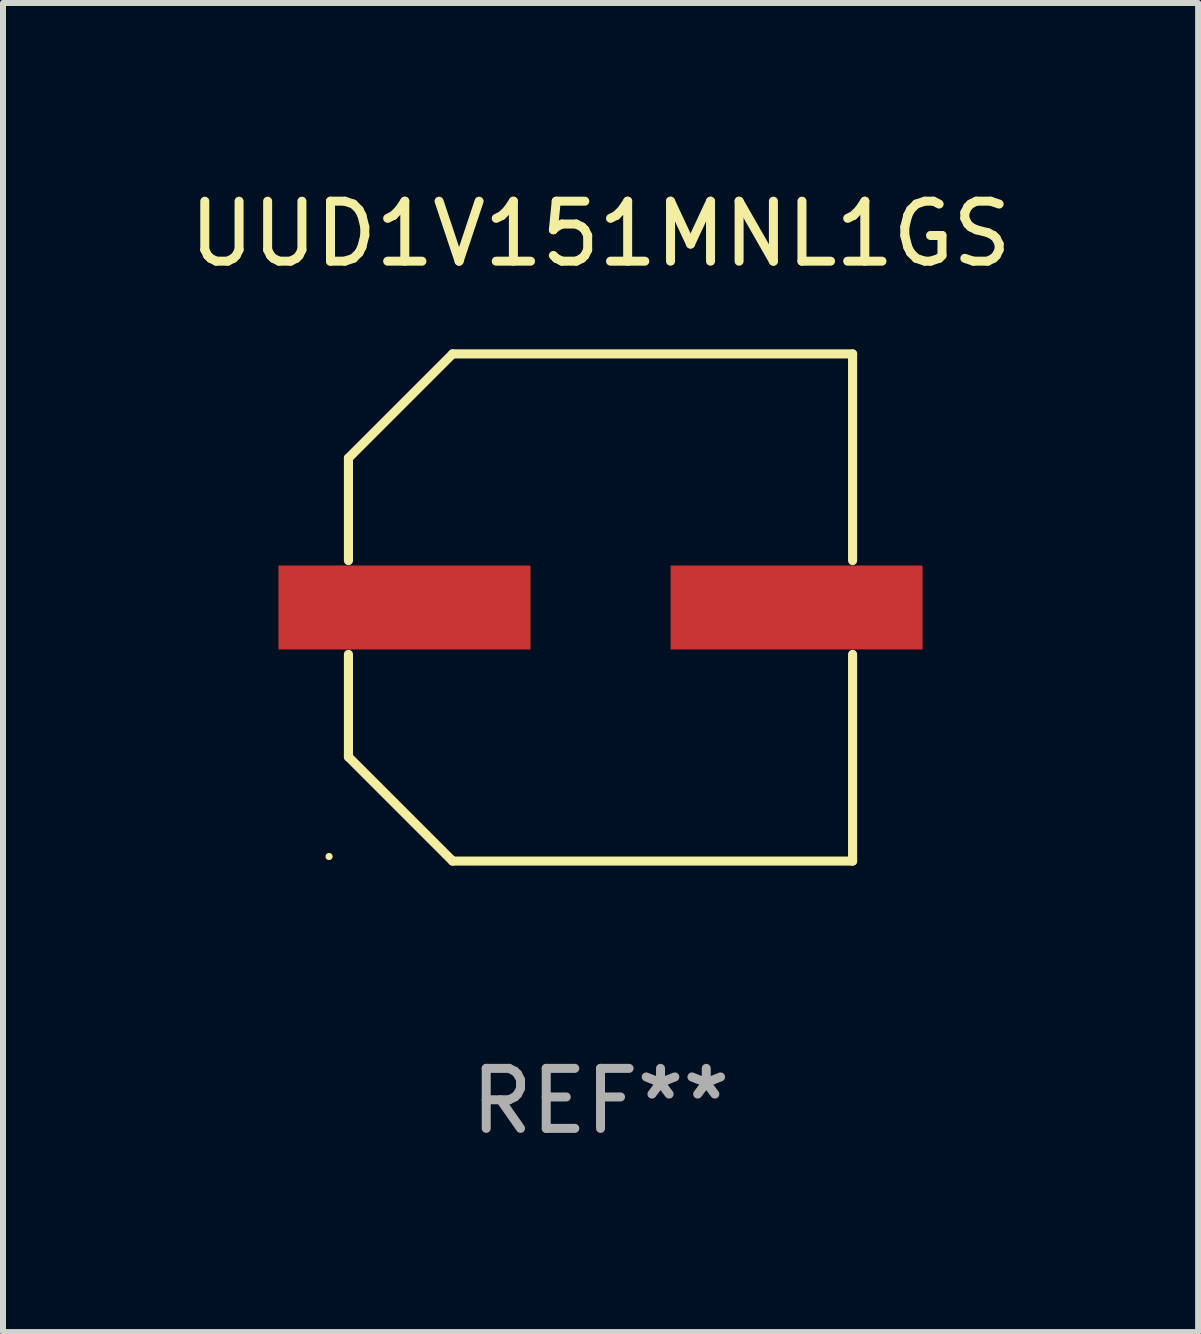
<source format=kicad_pcb>
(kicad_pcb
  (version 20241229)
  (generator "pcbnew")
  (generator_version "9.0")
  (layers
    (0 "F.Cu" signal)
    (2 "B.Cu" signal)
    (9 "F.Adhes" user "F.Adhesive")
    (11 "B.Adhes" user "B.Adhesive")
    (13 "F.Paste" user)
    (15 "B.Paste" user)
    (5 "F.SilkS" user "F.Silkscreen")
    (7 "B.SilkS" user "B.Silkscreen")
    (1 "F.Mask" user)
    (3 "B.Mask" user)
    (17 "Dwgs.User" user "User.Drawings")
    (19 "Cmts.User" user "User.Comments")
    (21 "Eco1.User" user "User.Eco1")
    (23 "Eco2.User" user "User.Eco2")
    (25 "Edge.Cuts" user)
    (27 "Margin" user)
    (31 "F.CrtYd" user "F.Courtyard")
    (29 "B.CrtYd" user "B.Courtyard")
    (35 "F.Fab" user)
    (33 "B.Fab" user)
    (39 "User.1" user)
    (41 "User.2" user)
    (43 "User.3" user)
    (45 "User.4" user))
  (footprint "UUD1V151MNL1GS"
    (layer "F.Cu")
    (at 6.958 7.074)
    (property "Reference" "UUD1V151MNL1GS" (at 0 -6.226 0) (layer "F.SilkS") (effects (font (size 1 1) (thickness 0.15))))
    (attr through_hole)
    (fp_line (start -4.201 -2.49) (end -4.201 -0.782) (stroke (width 0.152) (type solid)) (layer "F.SilkS"))
    (fp_line (start -4.201 2.49) (end -4.201 0.782) (stroke (width 0.152) (type solid)) (layer "F.SilkS"))
    (fp_line (start -2.465 -4.226) (end -4.201 -2.49) (stroke (width 0.152) (type solid)) (layer "F.SilkS"))
    (fp_line (start -2.465 4.226) (end -4.201 2.49) (stroke (width 0.152) (type solid)) (layer "F.SilkS"))
    (fp_line (start 4.201 -4.226) (end -2.465 -4.226) (stroke (width 0.152) (type solid)) (layer "F.SilkS"))
    (fp_line (start 4.201 -0.782) (end 4.201 -4.226) (stroke (width 0.152) (type solid)) (layer "F.SilkS"))
    (fp_line (start 4.201 0.782) (end 4.201 4.226) (stroke (width 0.152) (type solid)) (layer "F.SilkS"))
    (fp_line (start 4.201 4.226) (end -2.465 4.226) (stroke (width 0.152) (type solid)) (layer "F.SilkS"))
    (fp_circle (center -4.524 4.15) (end -4.494 4.15) (stroke (width 0.06) (type solid)) (fill no) (layer "F.SilkS"))
    (fp_text user "REF**" (at 0 8.226 0) (layer "F.Fab") (effects (font (size 1 1) (thickness 0.15))))
    (pad "1" smd rect (at -3.267 0) (size 4.2 1.4) (layers "F.Cu" "F.Mask" "F.Paste"))
    (pad "2" smd rect (at 3.267 0) (size 4.2 1.4) (layers "F.Cu" "F.Mask" "F.Paste")))
  (gr_rect
    (start -3 -3)
    (end 16.917 19.149)
    (stroke (width 0.1) (type default))
    (fill no)
    (layer "Edge.Cuts")))
</source>
